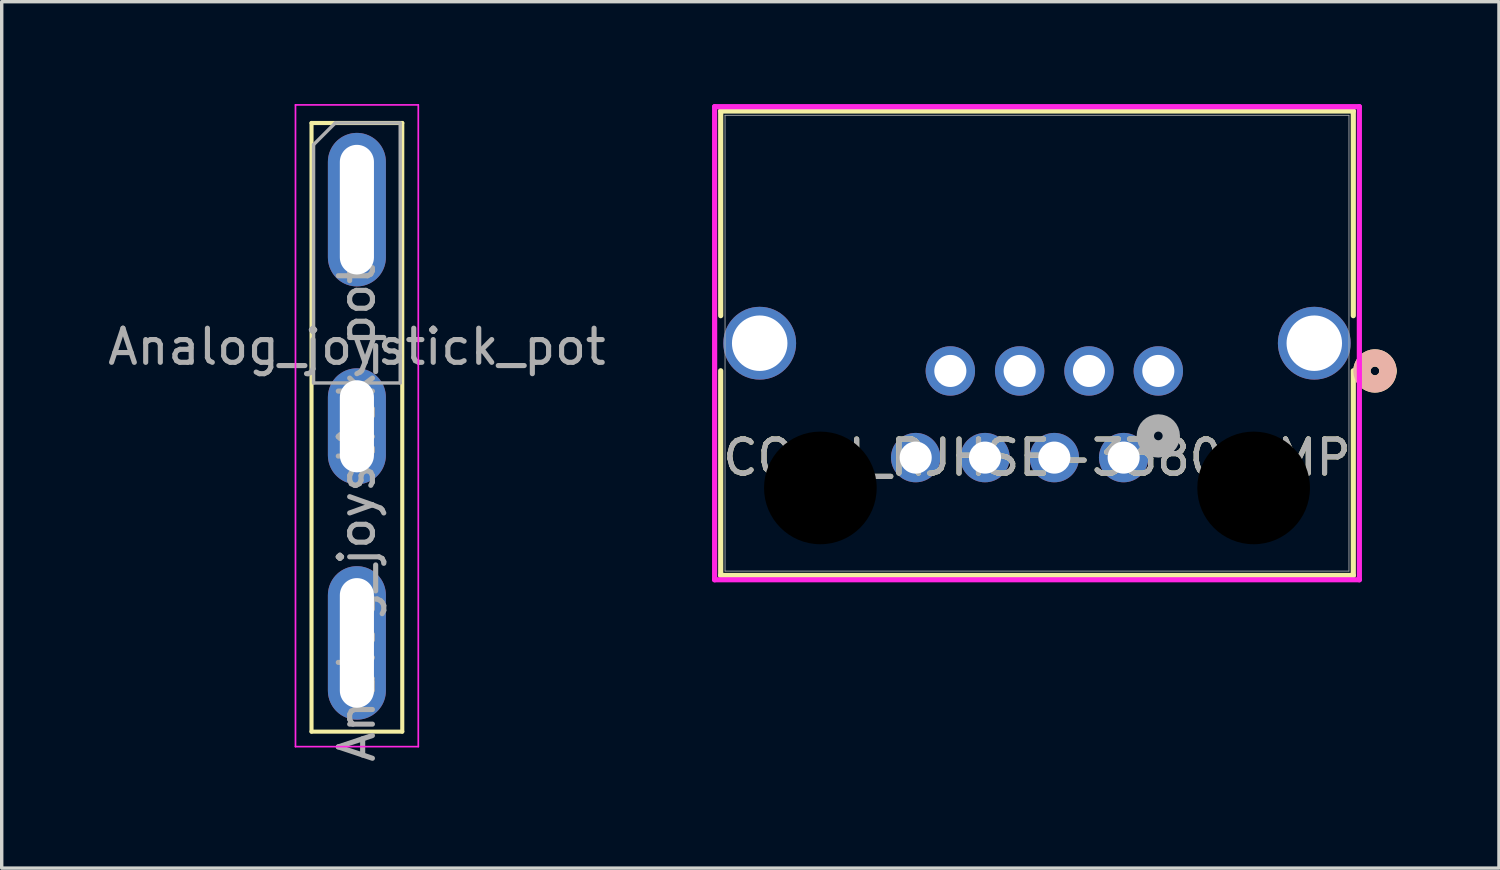
<source format=kicad_pcb>
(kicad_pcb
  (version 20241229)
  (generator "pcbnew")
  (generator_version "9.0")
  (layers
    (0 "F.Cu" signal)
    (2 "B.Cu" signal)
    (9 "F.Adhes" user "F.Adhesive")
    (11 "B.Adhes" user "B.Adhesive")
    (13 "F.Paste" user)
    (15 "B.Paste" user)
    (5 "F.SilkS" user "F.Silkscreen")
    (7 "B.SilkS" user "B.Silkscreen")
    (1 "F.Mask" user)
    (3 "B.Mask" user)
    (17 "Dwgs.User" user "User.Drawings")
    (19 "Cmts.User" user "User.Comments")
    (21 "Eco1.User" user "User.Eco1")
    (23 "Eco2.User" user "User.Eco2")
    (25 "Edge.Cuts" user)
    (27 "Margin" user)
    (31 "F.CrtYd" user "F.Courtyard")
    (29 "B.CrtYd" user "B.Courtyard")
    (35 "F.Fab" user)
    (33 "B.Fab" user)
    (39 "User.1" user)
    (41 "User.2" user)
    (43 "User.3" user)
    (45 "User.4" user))
  (footprint "CONN_RJHSE-3380_AMP"
    (layer "F.Cu")
    (at 30.902 7.823)
    (property "Reference" "CONN_RJHSE-3380_AMP" (at -3.556 2.54 0) (unlocked yes) (layer "F.SilkS") (effects (font (size 1 1) (thickness 0.15))))
    (attr through_hole)
    (fp_line (start -12.827 -7.62) (end -12.827 -1.62) (stroke (width 0.152) (type solid)) (layer "F.SilkS"))
    (fp_line (start -12.827 -0.005) (end -12.827 5.994) (stroke (width 0.152) (type solid)) (layer "F.SilkS"))
    (fp_line (start -12.827 5.994) (end 5.715 5.994) (stroke (width 0.152) (type solid)) (layer "F.SilkS"))
    (fp_line (start 5.715 -7.62) (end -12.827 -7.62) (stroke (width 0.152) (type solid)) (layer "F.SilkS"))
    (fp_line (start 5.715 -1.62) (end 5.715 -7.62) (stroke (width 0.152) (type solid)) (layer "F.SilkS"))
    (fp_line (start 5.715 5.994) (end 5.715 -0.005) (stroke (width 0.152) (type solid)) (layer "F.SilkS"))
    (fp_arc (start 6.024823 -0.198547) (mid 6.453122 -0.366779) (end 6.731 0) (stroke (width 0.508) (type solid)) (layer "F.SilkS"))
    (fp_arc (start 6.731 0) (mid 6.291295 0.37645) (end 5.98709 -0.116007) (stroke (width 0.508) (type solid)) (layer "F.SilkS"))
    (fp_circle (center 6.35 0) (end 6.731 0) (stroke (width 0.508) (type solid)) (fill no) (layer "B.SilkS"))
    (fp_line (start -13.005 -7.747) (end -13.005 6.121) (stroke (width 0.152) (type solid)) (layer "F.CrtYd"))
    (fp_line (start -13.005 6.121) (end 5.893 6.121) (stroke (width 0.152) (type solid)) (layer "F.CrtYd"))
    (fp_line (start 5.893 -7.747) (end -13.005 -7.747) (stroke (width 0.152) (type solid)) (layer "F.CrtYd"))
    (fp_line (start 5.893 6.121) (end 5.893 -7.747) (stroke (width 0.152) (type solid)) (layer "F.CrtYd"))
    (fp_line (start -12.7 -7.493) (end -12.7 5.867) (stroke (width 0.025) (type solid)) (layer "F.Fab"))
    (fp_line (start -12.7 5.867) (end 5.588 5.867) (stroke (width 0.025) (type solid)) (layer "F.Fab"))
    (fp_line (start 5.588 -7.493) (end -12.7 -7.493) (stroke (width 0.025) (type solid)) (layer "F.Fab"))
    (fp_line (start 5.588 5.867) (end 5.588 -7.493) (stroke (width 0.025) (type solid)) (layer "F.Fab"))
    (fp_circle (center 0 1.905) (end 0.381 1.905) (stroke (width 0.508) (type solid)) (fill no) (layer "F.Fab"))
    (fp_text user "${REFERENCE}" (at -3.556 2.54 0) (unlocked yes) (layer "F.Fab") (effects (font (size 1 1) (thickness 0.15))))
    (pad "" np_thru_hole circle (at -9.906 3.429) (size 3.302 3.302) (drill 3.302) (layers))
    (pad "" np_thru_hole circle (at 2.794 3.429) (size 3.302 3.302) (drill 3.302) (layers))
    (pad "1" thru_hole circle (at 0 0) (size 1.448 1.448) (drill 0.94) (layers "*.Cu" "*.Mask"))
    (pad "2" thru_hole circle (at -1.016 2.54) (size 1.448 1.448) (drill 0.94) (layers "*.Cu" "*.Mask"))
    (pad "3" thru_hole circle (at -2.032 0) (size 1.448 1.448) (drill 0.94) (layers "*.Cu" "*.Mask"))
    (pad "4" thru_hole circle (at -3.048 2.54) (size 1.448 1.448) (drill 0.94) (layers "*.Cu" "*.Mask"))
    (pad "5" thru_hole circle (at -4.064 0) (size 1.448 1.448) (drill 0.94) (layers "*.Cu" "*.Mask"))
    (pad "6" thru_hole circle (at -5.08 2.54) (size 1.448 1.448) (drill 0.94) (layers "*.Cu" "*.Mask"))
    (pad "7" thru_hole circle (at -6.096 0) (size 1.448 1.448) (drill 0.94) (layers "*.Cu" "*.Mask"))
    (pad "8" thru_hole circle (at -7.112 2.54) (size 1.448 1.448) (drill 0.94) (layers "*.Cu" "*.Mask"))
    (pad "9" thru_hole circle (at -11.684 -0.813) (size 2.134 2.134) (drill 1.626) (layers "*.Cu" "*.Mask"))
    (pad "10" thru_hole circle (at 4.572 -0.813) (size 2.134 2.134) (drill 1.626) (layers "*.Cu" "*.Mask")))
  (footprint "Analog_joystick_pot"
    (layer "F.Cu")
    (at 7.411 9.445)
    (property "Reference" "Analog_joystick_pot" (at 0 -2.33 0) (layer "F.Fab") (effects (font (size 1 1) (thickness 0.15))))
    (attr through_hole)
    (fp_line (start -1.33 -8.89) (end -1.33 8.95) (stroke (width 0.12) (type solid)) (layer "F.SilkS"))
    (fp_line (start -1.33 -8.89) (end 1.33 -8.89) (stroke (width 0.12) (type solid)) (layer "F.SilkS"))
    (fp_line (start -1.33 8.95) (end 1.33 8.95) (stroke (width 0.12) (type solid)) (layer "F.SilkS"))
    (fp_line (start 1.33 -8.89) (end 1.33 8.95) (stroke (width 0.12) (type solid)) (layer "F.SilkS"))
    (fp_line (start -1.8 -9.42) (end -1.8 9.39) (stroke (width 0.05) (type solid)) (layer "F.CrtYd"))
    (fp_line (start -1.8 9.39) (end 1.8 9.39) (stroke (width 0.05) (type solid)) (layer "F.CrtYd"))
    (fp_line (start 1.8 -9.42) (end -1.8 -9.42) (stroke (width 0.05) (type solid)) (layer "F.CrtYd"))
    (fp_line (start 1.8 9.39) (end 1.8 -9.42) (stroke (width 0.05) (type solid)) (layer "F.CrtYd"))
    (fp_line (start -1.27 -8.255) (end -0.635 -8.89) (stroke (width 0.1) (type solid)) (layer "F.Fab"))
    (fp_line (start -1.27 -1.27) (end -1.27 -8.255) (stroke (width 0.1) (type solid)) (layer "F.Fab"))
    (fp_line (start -0.635 -8.89) (end 1.27 -8.89) (stroke (width 0.1) (type solid)) (layer "F.Fab"))
    (fp_line (start 1.27 -8.89) (end 1.27 -1.27) (stroke (width 0.1) (type solid)) (layer "F.Fab"))
    (fp_line (start 1.27 -1.27) (end -1.27 -1.27) (stroke (width 0.1) (type solid)) (layer "F.Fab"))
    (fp_text user "${REFERENCE}" (at 0 2.54 270) (layer "F.Fab") (effects (font (size 1 1) (thickness 0.15))))
    (pad "1" thru_hole oval (at 0 -6.35) (size 1.7 4.5) (drill oval 1 3.8) (layers "*.Cu" "*.Mask"))
    (pad "2" thru_hole oval (at 0 0) (size 1.7 3.4) (drill oval 1 2.7) (layers "*.Cu" "*.Mask"))
    (pad "3" thru_hole oval (at 0 6.35) (size 1.7 4.5) (drill oval 1 3.8) (layers "*.Cu" "*.Mask")))
  (gr_rect
    (start -3 -3)
    (end 40.887 22.396)
    (stroke (width 0.1) (type default))
    (fill no)
    (layer "Edge.Cuts")))
</source>
